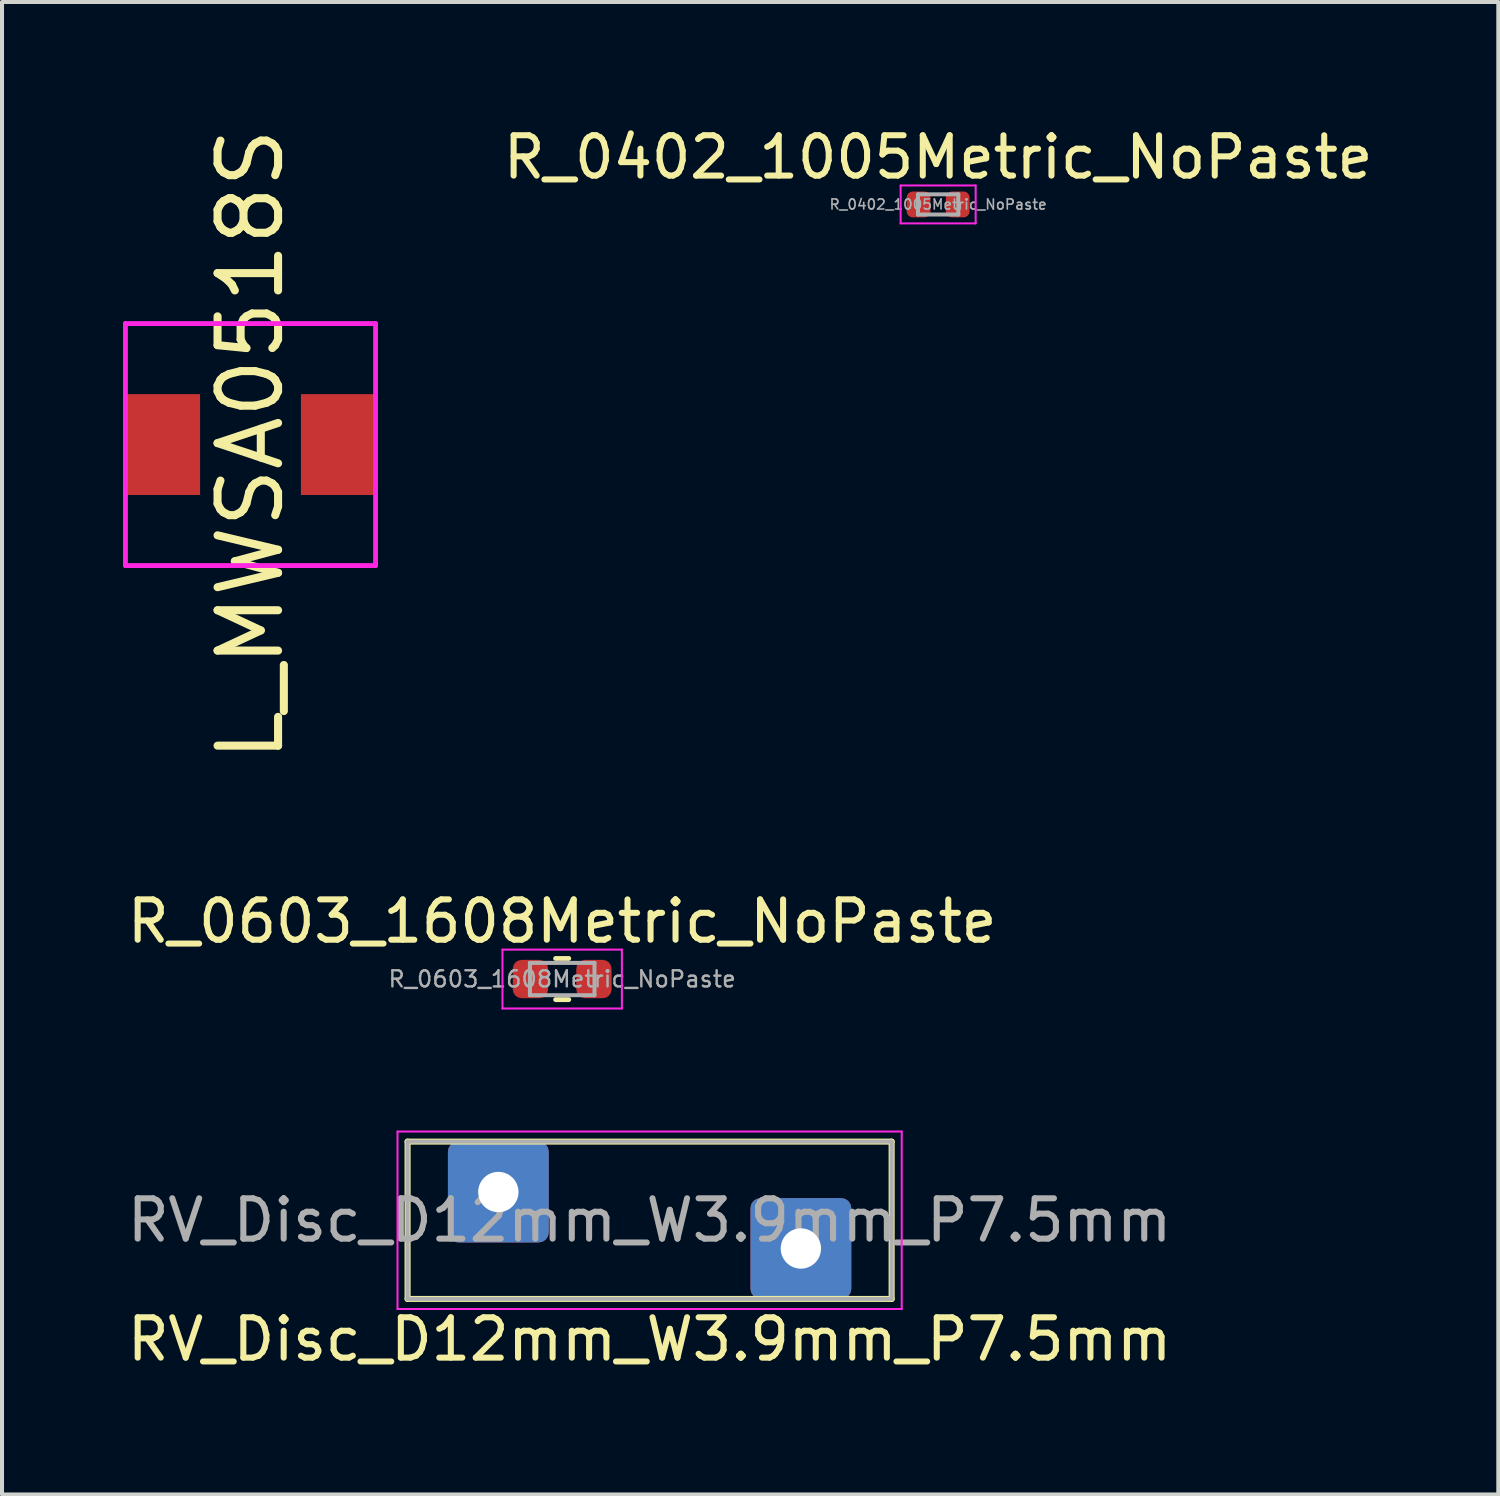
<source format=kicad_pcb>
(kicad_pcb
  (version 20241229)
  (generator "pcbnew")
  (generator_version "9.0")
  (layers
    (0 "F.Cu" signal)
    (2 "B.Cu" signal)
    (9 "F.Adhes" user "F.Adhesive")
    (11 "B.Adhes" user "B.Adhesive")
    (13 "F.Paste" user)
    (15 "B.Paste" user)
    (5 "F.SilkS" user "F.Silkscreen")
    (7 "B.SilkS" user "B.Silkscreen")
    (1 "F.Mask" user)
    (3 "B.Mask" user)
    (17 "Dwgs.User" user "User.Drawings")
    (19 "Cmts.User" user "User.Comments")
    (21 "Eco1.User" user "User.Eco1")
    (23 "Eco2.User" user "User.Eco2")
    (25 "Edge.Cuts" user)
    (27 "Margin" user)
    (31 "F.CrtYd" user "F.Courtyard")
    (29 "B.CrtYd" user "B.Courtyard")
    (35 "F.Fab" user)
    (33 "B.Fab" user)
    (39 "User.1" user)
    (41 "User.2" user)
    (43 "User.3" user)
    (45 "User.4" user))
  (footprint "R_0603_1608Metric_NoPaste"
    (layer "F.Cu")
    (at 10.887 21.221)
    (property "Reference" "R_0603_1608Metric_NoPaste" (at 0 -1.43 0) (layer "F.SilkS") (effects (font (size 1 1) (thickness 0.15))))
    (attr smd)
    (fp_line (start -0.163 -0.51) (end 0.163 -0.51) (stroke (width 0.12) (type solid)) (layer "F.SilkS"))
    (fp_line (start -0.163 0.51) (end 0.163 0.51) (stroke (width 0.12) (type solid)) (layer "F.SilkS"))
    (fp_line (start -1.48 -0.73) (end 1.48 -0.73) (stroke (width 0.05) (type solid)) (layer "F.CrtYd"))
    (fp_line (start -1.48 0.73) (end -1.48 -0.73) (stroke (width 0.05) (type solid)) (layer "F.CrtYd"))
    (fp_line (start 1.48 -0.73) (end 1.48 0.73) (stroke (width 0.05) (type solid)) (layer "F.CrtYd"))
    (fp_line (start 1.48 0.73) (end -1.48 0.73) (stroke (width 0.05) (type solid)) (layer "F.CrtYd"))
    (fp_line (start -0.8 -0.4) (end 0.8 -0.4) (stroke (width 0.1) (type solid)) (layer "F.Fab"))
    (fp_line (start -0.8 0.4) (end -0.8 -0.4) (stroke (width 0.1) (type solid)) (layer "F.Fab"))
    (fp_line (start 0.8 -0.4) (end 0.8 0.4) (stroke (width 0.1) (type solid)) (layer "F.Fab"))
    (fp_line (start 0.8 0.4) (end -0.8 0.4) (stroke (width 0.1) (type solid)) (layer "F.Fab"))
    (fp_text user "${REFERENCE}" (at 0 0 0) (layer "F.Fab") (effects (font (size 0.4 0.4) (thickness 0.06))))
    (pad "1" smd roundrect (at -0.787 0) (size 0.875 0.95) (layers "F.Cu" "F.Mask") (roundrect_rratio 0.25))
    (pad "2" smd roundrect (at 0.787 0) (size 0.875 0.95) (layers "F.Cu" "F.Mask") (roundrect_rratio 0.25)))
  (footprint "R_0402_1005Metric_NoPaste"
    (layer "F.Cu")
    (at 20.207 2.018)
    (property "Reference" "R_0402_1005Metric_NoPaste" (at 0 -1.17 0) (layer "F.SilkS") (effects (font (size 1 1) (thickness 0.15))))
    (attr smd)
    (fp_line (start -0.93 -0.47) (end 0.93 -0.47) (stroke (width 0.05) (type solid)) (layer "F.CrtYd"))
    (fp_line (start -0.93 0.47) (end -0.93 -0.47) (stroke (width 0.05) (type solid)) (layer "F.CrtYd"))
    (fp_line (start 0.93 -0.47) (end 0.93 0.47) (stroke (width 0.05) (type solid)) (layer "F.CrtYd"))
    (fp_line (start 0.93 0.47) (end -0.93 0.47) (stroke (width 0.05) (type solid)) (layer "F.CrtYd"))
    (fp_line (start -0.5 -0.25) (end 0.5 -0.25) (stroke (width 0.1) (type solid)) (layer "F.Fab"))
    (fp_line (start -0.5 0.25) (end -0.5 -0.25) (stroke (width 0.1) (type solid)) (layer "F.Fab"))
    (fp_line (start 0.5 -0.25) (end 0.5 0.25) (stroke (width 0.1) (type solid)) (layer "F.Fab"))
    (fp_line (start 0.5 0.25) (end -0.5 0.25) (stroke (width 0.1) (type solid)) (layer "F.Fab"))
    (fp_text user "${REFERENCE}" (at 0 0 0) (layer "F.Fab") (effects (font (size 0.25 0.25) (thickness 0.04))))
    (pad "1" smd roundrect (at -0.485 0) (size 0.59 0.64) (layers "F.Cu" "F.Mask") (roundrect_rratio 0.25))
    (pad "2" smd roundrect (at 0.485 0) (size 0.59 0.64) (layers "F.Cu" "F.Mask") (roundrect_rratio 0.25)))
  (footprint "L_MWSA0518S"
    (layer "F.Cu")
    (at 3.16 7.971)
    (property "Reference" "L_MWSA0518S" (at 0 0 90) (layer "F.SilkS") (effects (font (size 1.5 1.5) (thickness 0.2))))
    (attr smd)
    (fp_line (start -3.1 -3) (end 3.1 -3) (stroke (width 0.12) (type solid)) (layer "F.CrtYd"))
    (fp_line (start -3.1 3) (end -3.1 -3) (stroke (width 0.12) (type solid)) (layer "F.CrtYd"))
    (fp_line (start 3.1 -3) (end 3.1 3) (stroke (width 0.12) (type solid)) (layer "F.CrtYd"))
    (fp_line (start 3.1 3) (end -3.1 3) (stroke (width 0.12) (type solid)) (layer "F.CrtYd"))
    (pad "1" smd rect (at -2.2 0) (size 1.9 2.5) (layers "F.Cu" "F.Mask" "F.Paste"))
    (pad "2" smd rect (at 2.2 0) (size 1.9 2.5) (layers "F.Cu" "F.Mask" "F.Paste")))
  (footprint "RV_Disc_D12mm_W3.9mm_P7.5mm"
    (layer "F.Cu")
    (at 9.304 26.501)
    (property "Reference" "RV_Disc_D12mm_W3.9mm_P7.5mm" (at 3.75 3.65 0) (layer "F.SilkS") (effects (font (size 1 1) (thickness 0.15))))
    (attr through_hole)
    (fp_line (start -2.25 -1.25) (end -2.25 2.65) (stroke (width 0.15) (type solid)) (layer "F.SilkS"))
    (fp_line (start -2.25 -1.25) (end 9.75 -1.25) (stroke (width 0.15) (type solid)) (layer "F.SilkS"))
    (fp_line (start -2.25 2.65) (end 9.75 2.65) (stroke (width 0.15) (type solid)) (layer "F.SilkS"))
    (fp_line (start 9.75 -1.25) (end 9.75 2.65) (stroke (width 0.15) (type solid)) (layer "F.SilkS"))
    (fp_line (start -2.5 -1.5) (end -2.5 2.9) (stroke (width 0.05) (type solid)) (layer "F.CrtYd"))
    (fp_line (start -2.5 -1.5) (end 10 -1.5) (stroke (width 0.05) (type solid)) (layer "F.CrtYd"))
    (fp_line (start -2.5 2.9) (end 10 2.9) (stroke (width 0.05) (type solid)) (layer "F.CrtYd"))
    (fp_line (start 10 -1.5) (end 10 2.9) (stroke (width 0.05) (type solid)) (layer "F.CrtYd"))
    (fp_line (start -2.25 -1.25) (end -2.25 2.65) (stroke (width 0.1) (type solid)) (layer "F.Fab"))
    (fp_line (start -2.25 -1.25) (end 9.75 -1.25) (stroke (width 0.1) (type solid)) (layer "F.Fab"))
    (fp_line (start -2.25 2.65) (end 9.75 2.65) (stroke (width 0.1) (type solid)) (layer "F.Fab"))
    (fp_line (start 9.75 -1.25) (end 9.75 2.65) (stroke (width 0.1) (type solid)) (layer "F.Fab"))
    (fp_text user "${REFERENCE}" (at 3.75 0.7 0) (layer "F.Fab") (effects (font (size 1 1) (thickness 0.15))))
    (pad "1" thru_hole roundrect (at 0 0) (size 2.5 2.5) (drill 1) (layers "*.Cu" "*.Mask") (roundrect_rratio 0.1))
    (pad "2" thru_hole roundrect (at 7.5 1.4) (size 2.5 2.5) (drill 1) (layers "*.Cu" "*.Mask") (roundrect_rratio 0.1)))
  (gr_rect
    (start -3 -3)
    (end 34.094 33.999)
    (stroke (width 0.1) (type default))
    (fill no)
    (layer "Edge.Cuts")))
</source>
